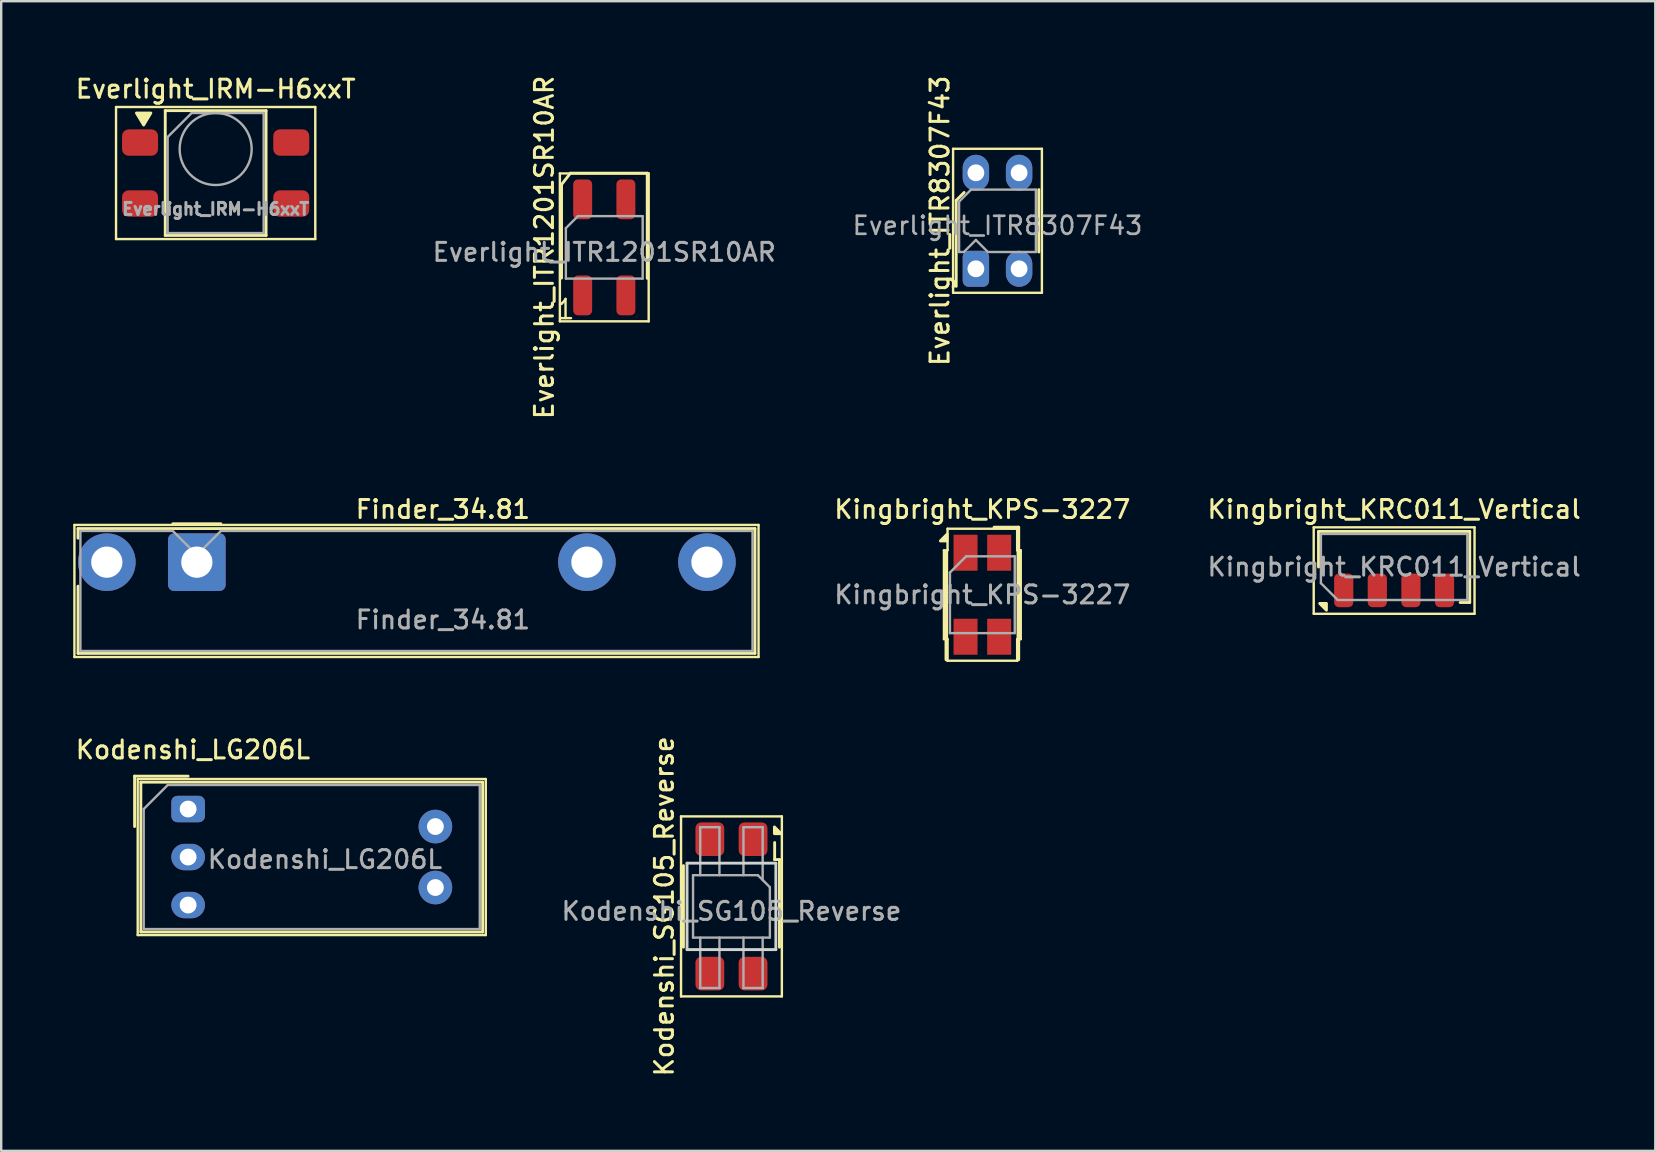
<source format=kicad_pcb>
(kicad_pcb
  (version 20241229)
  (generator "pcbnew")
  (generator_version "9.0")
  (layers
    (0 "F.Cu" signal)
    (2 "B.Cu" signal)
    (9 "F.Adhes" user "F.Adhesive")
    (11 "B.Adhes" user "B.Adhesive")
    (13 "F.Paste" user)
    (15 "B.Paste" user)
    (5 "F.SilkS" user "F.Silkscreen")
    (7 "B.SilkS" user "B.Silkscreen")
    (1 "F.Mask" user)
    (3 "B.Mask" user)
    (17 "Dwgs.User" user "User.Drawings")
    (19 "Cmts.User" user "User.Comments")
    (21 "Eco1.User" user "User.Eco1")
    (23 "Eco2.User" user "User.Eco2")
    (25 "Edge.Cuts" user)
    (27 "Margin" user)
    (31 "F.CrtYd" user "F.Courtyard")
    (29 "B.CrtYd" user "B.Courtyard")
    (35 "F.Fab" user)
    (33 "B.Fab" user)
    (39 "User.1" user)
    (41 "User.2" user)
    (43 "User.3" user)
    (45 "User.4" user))
  (footprint "Kodenshi_LG206L"
    (layer "F.Cu")
    (at 4.787 30.653)
    (property "Reference" "Kodenshi_LG206L" (at 0.2 -2.47 0) (layer "F.SilkS") (effects (font (size 0.75 0.75) (thickness 0.125))))
    (attr through_hole)
    (fp_line (start -2.23 -1.37) (end 0 -1.37) (stroke (width 0.12) (type solid)) (layer "F.SilkS"))
    (fp_line (start -2.23 0.73) (end -2.23 -1.37) (stroke (width 0.12) (type solid)) (layer "F.SilkS"))
    (fp_line (start -2.1 -1.25) (end 12.4 -1.25) (stroke (width 0.1) (type solid)) (layer "F.SilkS"))
    (fp_line (start -2.1 5.25) (end -2.1 -1.25) (stroke (width 0.1) (type solid)) (layer "F.SilkS"))
    (fp_line (start -1.97 -1.12) (end 12.27 -1.12) (stroke (width 0.12) (type solid)) (layer "F.SilkS"))
    (fp_line (start -1.97 5.12) (end -1.97 -1.12) (stroke (width 0.12) (type solid)) (layer "F.SilkS"))
    (fp_line (start 12.27 -1.12) (end 12.27 5.12) (stroke (width 0.12) (type solid)) (layer "F.SilkS"))
    (fp_line (start 12.27 5.12) (end -1.97 5.12) (stroke (width 0.12) (type solid)) (layer "F.SilkS"))
    (fp_line (start 12.4 -1.25) (end 12.4 5.25) (stroke (width 0.1) (type solid)) (layer "F.SilkS"))
    (fp_line (start 12.4 5.25) (end -2.1 5.25) (stroke (width 0.1) (type solid)) (layer "F.SilkS"))
    (fp_line (start -1.85 0) (end -0.85 -1) (stroke (width 0.1) (type solid)) (layer "F.Fab"))
    (fp_line (start -1.85 5) (end -1.85 0) (stroke (width 0.1) (type solid)) (layer "F.Fab"))
    (fp_line (start -1.85 5) (end 12.15 5) (stroke (width 0.1) (type solid)) (layer "F.Fab"))
    (fp_line (start -0.85 -1) (end 12.15 -1) (stroke (width 0.1) (type solid)) (layer "F.Fab"))
    (fp_line (start 12.15 -1) (end 12.15 5) (stroke (width 0.1) (type solid)) (layer "F.Fab"))
    (fp_text user "${REFERENCE}" (at 5.7 2.1 0) (layer "F.Fab") (effects (font (size 0.75 0.75) (thickness 0.125))))
    (pad "1" thru_hole roundrect (at 0 0) (size 1.4 1.1) (drill 0.7) (layers "*.Cu" "*.Mask") (roundrect_rratio 0.227))
    (pad "2" thru_hole oval (at 0 2) (size 1.4 1.1) (drill 0.7) (layers "*.Cu" "*.Mask"))
    (pad "3" thru_hole oval (at 0 4) (size 1.4 1.1) (drill 0.7) (layers "*.Cu" "*.Mask"))
    (pad "4" thru_hole circle (at 10.3 3.27) (size 1.4 1.4) (drill 0.7) (layers "*.Cu" "*.Mask"))
    (pad "5" thru_hole circle (at 10.3 0.73) (size 1.4 1.4) (drill 0.7) (layers "*.Cu" "*.Mask")))
  (footprint "Everlight_ITR8307F43"
    (layer "F.Cu")
    (at 37.604 8.148)
    (property "Reference" "Everlight_ITR8307F43" (at -1.5 -2 90) (layer "F.SilkS") (effects (font (size 0.75 0.75) (thickness 0.125))))
    (attr through_hole)
    (fp_line (start -0.95 -5) (end -0.95 1) (stroke (width 0.1) (type solid)) (layer "F.SilkS"))
    (fp_line (start -0.95 -5) (end 2.75 -5) (stroke (width 0.1) (type solid)) (layer "F.SilkS"))
    (fp_line (start -0.82 -2.85) (end -0.82 0.73) (stroke (width 0.12) (type solid)) (layer "F.SilkS"))
    (fp_line (start -0.49 -3.18) (end -0.82 -2.85) (stroke (width 0.12) (type solid)) (layer "F.SilkS"))
    (fp_line (start 2.62 -0.7) (end 2.62 -3.3) (stroke (width 0.12) (type solid)) (layer "F.SilkS"))
    (fp_line (start 2.75 1) (end -0.95 1) (stroke (width 0.1) (type solid)) (layer "F.SilkS"))
    (fp_line (start 2.75 1) (end 2.75 -5) (stroke (width 0.1) (type solid)) (layer "F.SilkS"))
    (fp_line (start -0.7 -2.8) (end -0.2 -3.3) (stroke (width 0.1) (type solid)) (layer "F.Fab"))
    (fp_line (start -0.7 -0.7) (end -0.7 -2.8) (stroke (width 0.1) (type solid)) (layer "F.Fab"))
    (fp_line (start -0.7 -0.7) (end -0.5 -0.7) (stroke (width 0.1) (type solid)) (layer "F.Fab"))
    (fp_line (start -0.2 -3.3) (end 2.5 -3.3) (stroke (width 0.1) (type solid)) (layer "F.Fab"))
    (fp_line (start 0 -1.2) (end -0.5 -0.7) (stroke (width 0.1) (type solid)) (layer "F.Fab"))
    (fp_line (start 0 -1.2) (end 0.5 -0.7) (stroke (width 0.1) (type solid)) (layer "F.Fab"))
    (fp_line (start 2.5 -3.3) (end 2.5 -0.7) (stroke (width 0.1) (type solid)) (layer "F.Fab"))
    (fp_line (start 2.5 -0.7) (end 0.5 -0.7) (stroke (width 0.1) (type solid)) (layer "F.Fab"))
    (fp_text user "${REFERENCE}" (at 0.9 -1.8 0) (layer "F.Fab") (effects (font (size 0.75 0.75) (thickness 0.11))))
    (pad "1" thru_hole roundrect (at 0 0) (size 1.1 1.5) (drill 0.7) (layers "*.Cu" "*.Mask") (roundrect_rratio 0.227))
    (pad "2" thru_hole oval (at 0 -4) (size 1.1 1.5) (drill 0.7) (layers "*.Cu" "*.Mask"))
    (pad "3" thru_hole oval (at 1.8 0) (size 1.1 1.5) (drill 0.7) (layers "*.Cu" "*.Mask"))
    (pad "4" thru_hole oval (at 1.8 -4) (size 1.1 1.5) (drill 0.7) (layers "*.Cu" "*.Mask")))
  (footprint "Everlight_IRM-H6xxT"
    (layer "F.Cu")
    (at 5.934 4.158)
    (property "Reference" "Everlight_IRM-H6xxT" (at 0 -3.5 0) (unlocked yes) (layer "F.SilkS") (effects (font (size 0.75 0.75) (thickness 0.125))))
    (attr smd)
    (fp_line (start -4.15 -2.75) (end -4.15 2.75) (stroke (width 0.1) (type default)) (layer "F.SilkS"))
    (fp_line (start -4.15 -2.75) (end 4.15 -2.75) (stroke (width 0.1) (type default)) (layer "F.SilkS"))
    (fp_line (start -4.15 2.75) (end 4.15 2.75) (stroke (width 0.1) (type default)) (layer "F.SilkS"))
    (fp_line (start -2.1 -2.6) (end 2.1 -2.6) (stroke (width 0.12) (type default)) (layer "F.SilkS"))
    (fp_line (start -2.1 2.6) (end -2.1 -2.6) (stroke (width 0.12) (type default)) (layer "F.SilkS"))
    (fp_line (start 2.1 -2.6) (end 2.1 2.6) (stroke (width 0.12) (type default)) (layer "F.SilkS"))
    (fp_line (start 2.1 2.6) (end -2.1 2.6) (stroke (width 0.12) (type default)) (layer "F.SilkS"))
    (fp_line (start 4.15 -2.75) (end 4.15 2.75) (stroke (width 0.1) (type default)) (layer "F.SilkS"))
    (fp_poly (pts (xy -3.3 -2.5) (xy -2.7 -2.5) (xy -3 -2)) (stroke (width 0.12) (type solid)) (fill yes) (layer "F.SilkS"))
    (fp_line (start -2 2.5) (end -2 -1.5) (stroke (width 0.1) (type default)) (layer "F.Fab"))
    (fp_line (start -1 -2.5) (end -2 -1.5) (stroke (width 0.1) (type default)) (layer "F.Fab"))
    (fp_line (start -1 -2.5) (end 2 -2.5) (stroke (width 0.1) (type default)) (layer "F.Fab"))
    (fp_line (start 2 -2.5) (end 2 2.5) (stroke (width 0.1) (type default)) (layer "F.Fab"))
    (fp_line (start 2 2.5) (end -2 2.5) (stroke (width 0.1) (type default)) (layer "F.Fab"))
    (fp_circle (center 0 -1) (end 0 -2.5) (stroke (width 0.1) (type default)) (fill no) (layer "F.Fab"))
    (fp_text user "${REFERENCE}" (at 0 1.5 0) (unlocked yes) (layer "F.Fab") (effects (font (size 0.5 0.5) (thickness 0.125))))
    (pad "1" smd roundrect (at -3.15 -1.27) (size 1.5 1.1) (layers "F.Cu" "F.Mask" "F.Paste") (roundrect_rratio 0.25))
    (pad "2" smd roundrect (at -3.15 1.27) (size 1.5 1.1) (layers "F.Cu" "F.Mask" "F.Paste") (roundrect_rratio 0.25))
    (pad "3" smd roundrect (at 3.15 1.27) (size 1.5 1.1) (layers "F.Cu" "F.Mask" "F.Paste") (roundrect_rratio 0.25))
    (pad "4" smd roundrect (at 3.15 -1.27) (size 1.5 1.1) (layers "F.Cu" "F.Mask" "F.Paste") (roundrect_rratio 0.25)))
  (footprint "Kodenshi_SG105_Reverse"
    (layer "F.Cu")
    (at 27.421 34.709)
    (property "Reference" "Kodenshi_SG105_Reverse" (at -2.8 0 90) (layer "F.SilkS") (effects (font (size 0.75 0.75) (thickness 0.125))))
    (attr smd)
    (fp_line (start -2.1 -3.75) (end -2.1 3.75) (stroke (width 0.1) (type solid)) (layer "F.SilkS"))
    (fp_line (start -2.1 -3.75) (end 2.1 -3.75) (stroke (width 0.1) (type solid)) (layer "F.SilkS"))
    (fp_line (start -2 1.7) (end -2 -1.7) (stroke (width 0.12) (type solid)) (layer "F.SilkS"))
    (fp_line (start 1.8 -1.95) (end 1.8 -2.66) (stroke (width 0.12) (type solid)) (layer "F.SilkS"))
    (fp_line (start 1.8 -1.95) (end 2 -1.95) (stroke (width 0.12) (type solid)) (layer "F.SilkS"))
    (fp_line (start 2 1.7) (end 2 -1.95) (stroke (width 0.12) (type solid)) (layer "F.SilkS"))
    (fp_line (start 2.1 3.75) (end -2.1 3.75) (stroke (width 0.1) (type solid)) (layer "F.SilkS"))
    (fp_line (start 2.1 3.75) (end 2.1 -3.75) (stroke (width 0.1) (type solid)) (layer "F.SilkS"))
    (fp_poly (pts (xy 1.79 -3.03) (xy 1.79 -3.31) (xy 2.07 -3.03) (xy 1.79 -3.03)) (stroke (width 0.12) (type solid)) (fill yes) (layer "F.SilkS"))
    (fp_line (start -1.85 -1.8) (end 1.85 -1.8) (stroke (width 0.12) (type solid)) (layer "Edge.Cuts"))
    (fp_line (start -1.85 1.8) (end -1.85 -1.8) (stroke (width 0.12) (type solid)) (layer "Edge.Cuts"))
    (fp_line (start 1.85 -1.8) (end 1.85 1.8) (stroke (width 0.12) (type solid)) (layer "Edge.Cuts"))
    (fp_line (start 1.85 1.8) (end -1.85 1.8) (stroke (width 0.12) (type solid)) (layer "Edge.Cuts"))
    (fp_line (start -1.6 -1.3) (end -1.6 1.3) (stroke (width 0.1) (type solid)) (layer "F.Fab"))
    (fp_line (start -1.6 1.3) (end 1.6 1.3) (stroke (width 0.1) (type solid)) (layer "F.Fab"))
    (fp_line (start -1.3 -3.3) (end -1.3 -1.3) (stroke (width 0.1) (type solid)) (layer "F.Fab"))
    (fp_line (start -1.3 -3.3) (end -0.5 -3.3) (stroke (width 0.1) (type solid)) (layer "F.Fab"))
    (fp_line (start -1.3 3.4) (end -1.3 1.3) (stroke (width 0.1) (type solid)) (layer "F.Fab"))
    (fp_line (start -0.5 -3.3) (end -0.5 -1.3) (stroke (width 0.1) (type solid)) (layer "F.Fab"))
    (fp_line (start -0.5 1.3) (end -0.5 3.4) (stroke (width 0.1) (type solid)) (layer "F.Fab"))
    (fp_line (start -0.5 3.4) (end -1.3 3.4) (stroke (width 0.1) (type solid)) (layer "F.Fab"))
    (fp_line (start 0.5 -3.3) (end 1.3 -3.3) (stroke (width 0.1) (type solid)) (layer "F.Fab"))
    (fp_line (start 0.5 -1.3) (end 0.5 -3.3) (stroke (width 0.1) (type solid)) (layer "F.Fab"))
    (fp_line (start 0.5 1.3) (end 0.5 3.4) (stroke (width 0.1) (type solid)) (layer "F.Fab"))
    (fp_line (start 0.5 3.4) (end 1.3 3.4) (stroke (width 0.1) (type solid)) (layer "F.Fab"))
    (fp_line (start 1.1 -1.3) (end -1.6 -1.3) (stroke (width 0.1) (type solid)) (layer "F.Fab"))
    (fp_line (start 1.3 -3.3) (end 1.3 -1.1) (stroke (width 0.1) (type solid)) (layer "F.Fab"))
    (fp_line (start 1.3 3.4) (end 1.3 1.3) (stroke (width 0.1) (type solid)) (layer "F.Fab"))
    (fp_line (start 1.6 -0.8) (end 1.1 -1.3) (stroke (width 0.1) (type solid)) (layer "F.Fab"))
    (fp_line (start 1.6 1.3) (end 1.6 -0.8) (stroke (width 0.1) (type solid)) (layer "F.Fab"))
    (fp_text user "${REFERENCE}" (at 0 0.2 0) (layer "F.Fab") (effects (font (size 0.75 0.75) (thickness 0.125))))
    (pad "1" smd roundrect (at 0.9 -2.8) (size 1.2 1.4) (layers "F.Cu" "F.Mask" "F.Paste") (roundrect_rratio 0.2))
    (pad "2" smd roundrect (at 0.9 2.8) (size 1.2 1.4) (layers "F.Cu" "F.Mask" "F.Paste") (roundrect_rratio 0.2))
    (pad "3" smd roundrect (at -0.9 2.8) (size 1.2 1.4) (layers "F.Cu" "F.Mask" "F.Paste") (roundrect_rratio 0.2))
    (pad "4" smd roundrect (at -0.9 -2.8) (size 1.2 1.4) (layers "F.Cu" "F.Mask" "F.Paste") (roundrect_rratio 0.2)))
  (footprint "Finder_34.81"
    (layer "F.Cu")
    (at 5.15 20.369)
    (property "Reference" "Finder_34.81" (at 10.25 -2.2 0) (layer "F.SilkS") (effects (font (size 0.75 0.75) (thickness 0.125))))
    (attr through_hole)
    (fp_line (start -5.1 -1.55) (end -5.1 3.95) (stroke (width 0.1) (type solid)) (layer "F.SilkS"))
    (fp_line (start -5.1 -1.55) (end 23.4 -1.55) (stroke (width 0.1) (type solid)) (layer "F.SilkS"))
    (fp_line (start -4.95 -1.4) (end -4.95 -1) (stroke (width 0.12) (type solid)) (layer "F.SilkS"))
    (fp_line (start -4.95 -1.4) (end 23.25 -1.4) (stroke (width 0.12) (type solid)) (layer "F.SilkS"))
    (fp_line (start -4.95 3.8) (end -4.95 1) (stroke (width 0.12) (type solid)) (layer "F.SilkS"))
    (fp_line (start 1 -1.6) (end -1 -1.6) (stroke (width 0.12) (type solid)) (layer "F.SilkS"))
    (fp_line (start 23.25 -1.4) (end 23.25 3.8) (stroke (width 0.12) (type solid)) (layer "F.SilkS"))
    (fp_line (start 23.25 3.8) (end -4.95 3.8) (stroke (width 0.12) (type solid)) (layer "F.SilkS"))
    (fp_line (start 23.4 3.95) (end -5.1 3.95) (stroke (width 0.1) (type solid)) (layer "F.SilkS"))
    (fp_line (start 23.4 3.95) (end 23.4 -1.55) (stroke (width 0.1) (type solid)) (layer "F.SilkS"))
    (fp_line (start -4.85 -1.3) (end -1 -1.3) (stroke (width 0.1) (type solid)) (layer "F.Fab"))
    (fp_line (start -4.85 3.7) (end -4.85 -1.3) (stroke (width 0.1) (type solid)) (layer "F.Fab"))
    (fp_line (start 0 -0.3) (end -1 -1.3) (stroke (width 0.1) (type solid)) (layer "F.Fab"))
    (fp_line (start 0 -0.3) (end 1 -1.3) (stroke (width 0.1) (type solid)) (layer "F.Fab"))
    (fp_line (start 1 -1.3) (end 23.15 -1.3) (stroke (width 0.1) (type solid)) (layer "F.Fab"))
    (fp_line (start 23.15 -1.3) (end 23.15 3.7) (stroke (width 0.1) (type solid)) (layer "F.Fab"))
    (fp_line (start 23.15 3.7) (end -4.85 3.7) (stroke (width 0.1) (type solid)) (layer "F.Fab"))
    (fp_text user "${REFERENCE}" (at 10.25 2.4 0) (layer "F.Fab") (effects (font (size 0.75 0.75) (thickness 0.125))))
    (pad "11" thru_hole circle (at 16.25 0) (size 2.4 2.4) (drill 1.3) (layers "*.Cu" "*.Mask"))
    (pad "14" thru_hole circle (at 21.25 0) (size 2.4 2.4) (drill 1.3) (layers "*.Cu" "*.Mask"))
    (pad "A1" thru_hole roundrect (at 0 0) (size 2.4 2.4) (drill 1.3) (layers "*.Cu" "*.Mask") (roundrect_rratio 0.104))
    (pad "A2" thru_hole circle (at -3.75 0) (size 2.4 2.4) (drill 1.3) (layers "*.Cu" "*.Mask")))
  (footprint "Kingbright_KPS-3227"
    (layer "F.Cu")
    (at 37.873 21.725)
    (property "Reference" "Kingbright_KPS-3227" (at 0 -3.556 180) (layer "F.SilkS") (effects (font (size 0.75 0.75) (thickness 0.125))))
    (attr smd)
    (fp_line (start -1.6 -1.85) (end -1.6 1.85) (stroke (width 0.1) (type solid)) (layer "F.SilkS"))
    (fp_line (start -1.6 -1.85) (end -1.45 -1.85) (stroke (width 0.1) (type solid)) (layer "F.SilkS"))
    (fp_line (start -1.6 1.85) (end -1.45 1.85) (stroke (width 0.1) (type solid)) (layer "F.SilkS"))
    (fp_line (start -1.5 2.7) (end -1.5 -1.79) (stroke (width 0.15) (type solid)) (layer "F.SilkS"))
    (fp_line (start -1.45 -1.85) (end -1.45 -2.75) (stroke (width 0.1) (type solid)) (layer "F.SilkS"))
    (fp_line (start -1.45 1.85) (end -1.45 2.75) (stroke (width 0.1) (type solid)) (layer "F.SilkS"))
    (fp_line (start -1.45 2.75) (end 1.45 2.75) (stroke (width 0.1) (type solid)) (layer "F.SilkS"))
    (fp_line (start 0.5 -2.8) (end 1.5 -2.8) (stroke (width 0.15) (type solid)) (layer "F.SilkS"))
    (fp_line (start 1.45 -2.75) (end -1.45 -2.75) (stroke (width 0.1) (type solid)) (layer "F.SilkS"))
    (fp_line (start 1.45 -2.75) (end 1.45 -1.85) (stroke (width 0.1) (type solid)) (layer "F.SilkS"))
    (fp_line (start 1.45 1.85) (end 1.6 1.85) (stroke (width 0.1) (type solid)) (layer "F.SilkS"))
    (fp_line (start 1.45 2.75) (end 1.45 1.85) (stroke (width 0.1) (type solid)) (layer "F.SilkS"))
    (fp_line (start 1.5 2.7) (end 1.5 -2.8) (stroke (width 0.15) (type solid)) (layer "F.SilkS"))
    (fp_line (start 1.6 -1.85) (end 1.45 -1.85) (stroke (width 0.1) (type solid)) (layer "F.SilkS"))
    (fp_line (start 1.6 1.85) (end 1.6 -1.85) (stroke (width 0.1) (type solid)) (layer "F.SilkS"))
    (fp_poly (pts (xy -1.47 -2.24) (xy -1.75 -2.24) (xy -1.47 -2.52) (xy -1.47 -2.24)) (stroke (width 0.12) (type solid)) (fill yes) (layer "F.SilkS"))
    (fp_line (start -1.35 -0.925) (end -1.35 1.6) (stroke (width 0.1) (type solid)) (layer "F.Fab"))
    (fp_line (start -1.35 1.6) (end 1.35 1.6) (stroke (width 0.1) (type solid)) (layer "F.Fab"))
    (fp_line (start -0.675 -1.6) (end -1.35 -0.925) (stroke (width 0.1) (type solid)) (layer "F.Fab"))
    (fp_line (start 1.35 -1.6) (end -0.675 -1.6) (stroke (width 0.1) (type solid)) (layer "F.Fab"))
    (fp_line (start 1.35 1.6) (end 1.35 -1.6) (stroke (width 0.1) (type solid)) (layer "F.Fab"))
    (fp_text user "${REFERENCE}" (at 0 0 180) (layer "F.Fab") (effects (font (size 0.75 0.75) (thickness 0.125))))
    (pad "1" smd rect (at -0.7 -1.75) (size 1 1.5) (layers "F.Cu" "F.Mask" "F.Paste"))
    (pad "2" smd rect (at -0.7 1.75) (size 1 1.5) (layers "F.Cu" "F.Mask" "F.Paste"))
    (pad "3" smd rect (at 0.7 -1.75) (size 1 1.5) (layers "F.Cu" "F.Mask" "F.Paste"))
    (pad "4" smd rect (at 0.7 1.75) (size 1 1.5) (layers "F.Cu" "F.Mask" "F.Paste")))
  (footprint "Everlight_ITR1201SR10AR"
    (layer "F.Cu")
    (at 22.123 7.255)
    (property "Reference" "Everlight_ITR1201SR10AR" (at -2.5 0 90) (layer "F.SilkS") (effects (font (size 0.75 0.75) (thickness 0.125))))
    (attr smd)
    (fp_line (start -1.85 -3.08) (end -1.85 3.08) (stroke (width 0.1) (type solid)) (layer "F.SilkS"))
    (fp_line (start -1.85 -3.08) (end 1.85 -3.08) (stroke (width 0.1) (type solid)) (layer "F.SilkS"))
    (fp_line (start -1.78 -2.62) (end -1.78 1.28) (stroke (width 0.12) (type default)) (layer "F.SilkS"))
    (fp_line (start -1.41 -3.09) (end -1.78 -2.62) (stroke (width 0.12) (type default)) (layer "F.SilkS"))
    (fp_line (start -1.41 -3.09) (end 1.79 -3.09) (stroke (width 0.12) (type default)) (layer "F.SilkS"))
    (fp_line (start 1.79 -3.09) (end 1.79 1.29) (stroke (width 0.12) (type default)) (layer "F.SilkS"))
    (fp_line (start 1.85 3.08) (end -1.85 3.08) (stroke (width 0.1) (type solid)) (layer "F.SilkS"))
    (fp_line (start 1.85 3.08) (end 1.85 -3.08) (stroke (width 0.1) (type solid)) (layer "F.SilkS"))
    (fp_line (start -1.6 -0.8) (end -1.1 -1.3) (stroke (width 0.1) (type solid)) (layer "F.Fab"))
    (fp_line (start -1.6 1.3) (end -1.6 -0.8) (stroke (width 0.1) (type solid)) (layer "F.Fab"))
    (fp_line (start -1.1 -1.3) (end 1.6 -1.3) (stroke (width 0.1) (type solid)) (layer "F.Fab"))
    (fp_line (start 1.6 -1.3) (end 1.6 1.3) (stroke (width 0.1) (type solid)) (layer "F.Fab"))
    (fp_line (start 1.6 1.3) (end -1.6 1.3) (stroke (width 0.1) (type solid)) (layer "F.Fab"))
    (fp_text user "1" (at -2.06 3.05 0) (unlocked yes) (layer "F.SilkS") (effects (font (size 0.8 0.8) (thickness 0.1)) (justify left bottom)))
    (fp_text user "${REFERENCE}" (at 0 0.2 0) (layer "F.Fab") (effects (font (size 0.75 0.75) (thickness 0.125))))
    (pad "1" smd roundrect (at -0.9 2) (size 0.79 1.66) (layers "F.Cu" "F.Mask" "F.Paste") (roundrect_rratio 0.25))
    (pad "2" smd roundrect (at -0.9 -2) (size 0.79 1.66) (layers "F.Cu" "F.Mask" "F.Paste") (roundrect_rratio 0.25))
    (pad "3" smd roundrect (at 0.9 2) (size 0.79 1.66) (layers "F.Cu" "F.Mask" "F.Paste") (roundrect_rratio 0.25))
    (pad "4" smd roundrect (at 0.9 -2) (size 0.79 1.66) (layers "F.Cu" "F.Mask" "F.Paste") (roundrect_rratio 0.25)))
  (footprint "Kingbright_KRC011_Vertical"
    (layer "F.Cu")
    (at 55.027 20.569)
    (property "Reference" "Kingbright_KRC011_Vertical" (at 0 -2.4 0) (layer "F.SilkS") (effects (font (size 0.75 0.75) (thickness 0.125))))
    (attr smd)
    (fp_line (start -3.35 -1.65) (end -3.35 1.95) (stroke (width 0.1) (type solid)) (layer "F.SilkS"))
    (fp_line (start -3.35 -1.65) (end 3.35 -1.65) (stroke (width 0.1) (type solid)) (layer "F.SilkS"))
    (fp_line (start -3.35 1.95) (end 3.35 1.95) (stroke (width 0.1) (type solid)) (layer "F.SilkS"))
    (fp_line (start -3.15 -1.48) (end -3.15 0) (stroke (width 0.12) (type solid)) (layer "F.SilkS"))
    (fp_line (start 3.15 -1.48) (end -3.15 -1.48) (stroke (width 0.12) (type solid)) (layer "F.SilkS"))
    (fp_line (start 3.15 -1.48) (end 3.15 1.48) (stroke (width 0.12) (type solid)) (layer "F.SilkS"))
    (fp_line (start 3.15 1.48) (end 2.75 1.48) (stroke (width 0.12) (type solid)) (layer "F.SilkS"))
    (fp_line (start 3.35 1.95) (end 3.35 -1.65) (stroke (width 0.1) (type solid)) (layer "F.SilkS"))
    (fp_poly (pts (xy -2.82 1.52) (xy -2.82 1.8) (xy -3.1 1.52) (xy -2.82 1.52)) (stroke (width 0.12) (type solid)) (fill yes) (layer "F.SilkS"))
    (fp_line (start -3.05 -1.375) (end 3.05 -1.375) (stroke (width 0.1) (type solid)) (layer "F.Fab"))
    (fp_line (start -3.05 0.675) (end -3.05 -1.375) (stroke (width 0.1) (type solid)) (layer "F.Fab"))
    (fp_line (start -3.05 0.675) (end -2.35 1.375) (stroke (width 0.1) (type solid)) (layer "F.Fab"))
    (fp_line (start 3.05 -1.375) (end 3.05 1.375) (stroke (width 0.1) (type solid)) (layer "F.Fab"))
    (fp_line (start 3.05 1.375) (end -2.35 1.375) (stroke (width 0.1) (type solid)) (layer "F.Fab"))
    (fp_text user "${REFERENCE}" (at 0 0 0) (layer "F.Fab") (effects (font (size 0.75 0.75) (thickness 0.125))))
    (pad "1" smd roundrect (at -2.1 0.975) (size 0.8 1.4) (layers "F.Cu" "F.Mask" "F.Paste") (roundrect_rratio 0.25))
    (pad "2" smd roundrect (at -0.7 0.975) (size 0.8 1.4) (layers "F.Cu" "F.Mask" "F.Paste") (roundrect_rratio 0.25))
    (pad "3" smd roundrect (at 0.7 0.975) (size 0.8 1.4) (layers "F.Cu" "F.Mask" "F.Paste") (roundrect_rratio 0.25))
    (pad "4" smd roundrect (at 2.1 0.975) (size 0.8 1.4) (layers "F.Cu" "F.Mask" "F.Paste") (roundrect_rratio 0.25)))
  (gr_rect
    (start -3 -3)
    (end 65.907 44.893)
    (stroke (width 0.1) (type default))
    (fill no)
    (layer "Edge.Cuts")))
</source>
